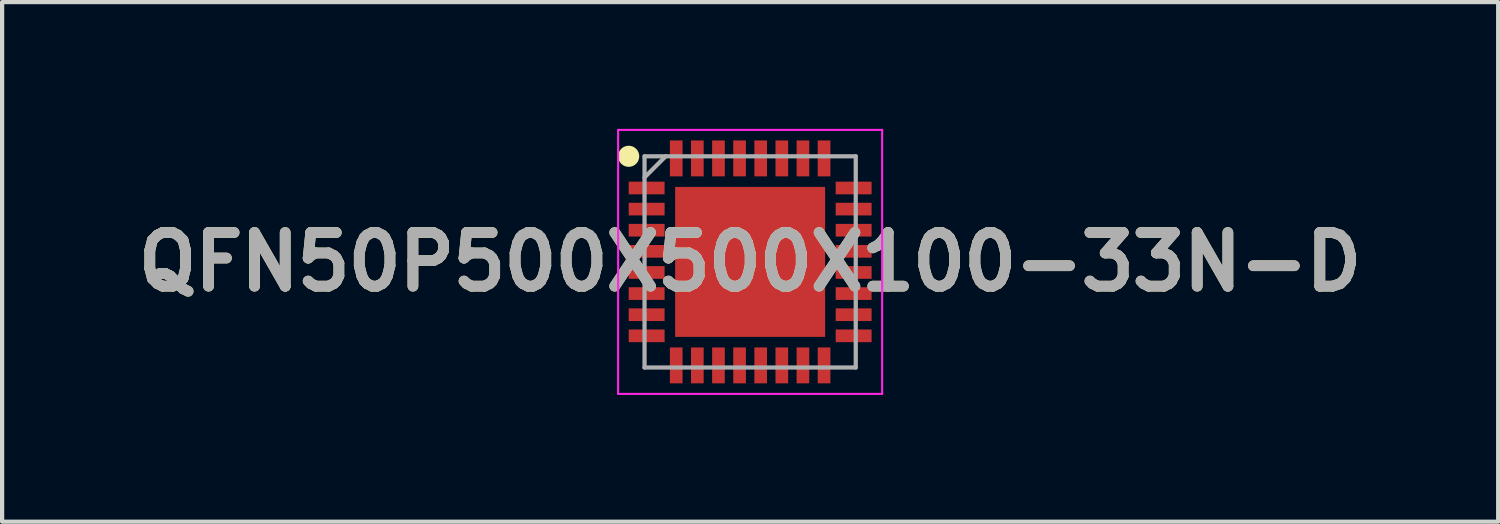
<source format=kicad_pcb>
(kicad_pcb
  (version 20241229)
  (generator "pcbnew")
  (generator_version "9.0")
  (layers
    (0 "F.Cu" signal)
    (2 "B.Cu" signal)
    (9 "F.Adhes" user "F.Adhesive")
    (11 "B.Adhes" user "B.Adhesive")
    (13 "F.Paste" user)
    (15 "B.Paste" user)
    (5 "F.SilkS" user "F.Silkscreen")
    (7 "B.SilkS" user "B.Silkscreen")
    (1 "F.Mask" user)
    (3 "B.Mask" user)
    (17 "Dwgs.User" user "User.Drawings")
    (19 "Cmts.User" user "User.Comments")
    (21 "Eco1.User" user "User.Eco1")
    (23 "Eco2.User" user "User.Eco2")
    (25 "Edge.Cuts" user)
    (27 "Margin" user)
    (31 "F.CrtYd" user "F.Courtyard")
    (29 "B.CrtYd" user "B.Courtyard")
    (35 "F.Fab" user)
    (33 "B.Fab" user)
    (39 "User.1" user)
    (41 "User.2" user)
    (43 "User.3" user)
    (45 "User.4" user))
  (footprint "QFN50P500X500X100-33N-D"
    (layer "F.Cu")
    (at 14.708 3.15)
    (property "Reference" "QFN50P500X500X100-33N-D" (at 0 0 0) (layer "F.SilkS") (effects (font (size 1.27 1.27) (thickness 0.254))))
    (attr smd)
    (fp_circle (center -2.875 -2.5) (end -2.875 -2.375) (stroke (width 0.25) (type solid)) (fill no) (layer "F.SilkS"))
    (fp_line (start -3.125 -3.125) (end 3.125 -3.125) (stroke (width 0.05) (type solid)) (layer "F.CrtYd"))
    (fp_line (start -3.125 3.125) (end -3.125 -3.125) (stroke (width 0.05) (type solid)) (layer "F.CrtYd"))
    (fp_line (start 3.125 -3.125) (end 3.125 3.125) (stroke (width 0.05) (type solid)) (layer "F.CrtYd"))
    (fp_line (start 3.125 3.125) (end -3.125 3.125) (stroke (width 0.05) (type solid)) (layer "F.CrtYd"))
    (fp_line (start -2.5 -2.5) (end 2.5 -2.5) (stroke (width 0.1) (type solid)) (layer "F.Fab"))
    (fp_line (start -2.5 -2) (end -2 -2.5) (stroke (width 0.1) (type solid)) (layer "F.Fab"))
    (fp_line (start -2.5 2.5) (end -2.5 -2.5) (stroke (width 0.1) (type solid)) (layer "F.Fab"))
    (fp_line (start 2.5 -2.5) (end 2.5 2.5) (stroke (width 0.1) (type solid)) (layer "F.Fab"))
    (fp_line (start 2.5 2.5) (end -2.5 2.5) (stroke (width 0.1) (type solid)) (layer "F.Fab"))
    (fp_text user "${REFERENCE}" (at 0 0 0) (layer "F.Fab") (effects (font (size 1.27 1.27) (thickness 0.254))))
    (pad "1" smd rect (at -2.45 -1.75 90) (size 0.3 0.85) (layers "F.Cu" "F.Mask" "F.Paste"))
    (pad "2" smd rect (at -2.45 -1.25 90) (size 0.3 0.85) (layers "F.Cu" "F.Mask" "F.Paste"))
    (pad "3" smd rect (at -2.45 -0.75 90) (size 0.3 0.85) (layers "F.Cu" "F.Mask" "F.Paste"))
    (pad "4" smd rect (at -2.45 -0.25 90) (size 0.3 0.85) (layers "F.Cu" "F.Mask" "F.Paste"))
    (pad "5" smd rect (at -2.45 0.25 90) (size 0.3 0.85) (layers "F.Cu" "F.Mask" "F.Paste"))
    (pad "6" smd rect (at -2.45 0.75 90) (size 0.3 0.85) (layers "F.Cu" "F.Mask" "F.Paste"))
    (pad "7" smd rect (at -2.45 1.25 90) (size 0.3 0.85) (layers "F.Cu" "F.Mask" "F.Paste"))
    (pad "8" smd rect (at -2.45 1.75 90) (size 0.3 0.85) (layers "F.Cu" "F.Mask" "F.Paste"))
    (pad "9" smd rect (at -1.75 2.45) (size 0.3 0.85) (layers "F.Cu" "F.Mask" "F.Paste"))
    (pad "10" smd rect (at -1.25 2.45) (size 0.3 0.85) (layers "F.Cu" "F.Mask" "F.Paste"))
    (pad "11" smd rect (at -0.75 2.45) (size 0.3 0.85) (layers "F.Cu" "F.Mask" "F.Paste"))
    (pad "12" smd rect (at -0.25 2.45) (size 0.3 0.85) (layers "F.Cu" "F.Mask" "F.Paste"))
    (pad "13" smd rect (at 0.25 2.45) (size 0.3 0.85) (layers "F.Cu" "F.Mask" "F.Paste"))
    (pad "14" smd rect (at 0.75 2.45) (size 0.3 0.85) (layers "F.Cu" "F.Mask" "F.Paste"))
    (pad "15" smd rect (at 1.25 2.45) (size 0.3 0.85) (layers "F.Cu" "F.Mask" "F.Paste"))
    (pad "16" smd rect (at 1.75 2.45) (size 0.3 0.85) (layers "F.Cu" "F.Mask" "F.Paste"))
    (pad "17" smd rect (at 2.45 1.75 90) (size 0.3 0.85) (layers "F.Cu" "F.Mask" "F.Paste"))
    (pad "18" smd rect (at 2.45 1.25 90) (size 0.3 0.85) (layers "F.Cu" "F.Mask" "F.Paste"))
    (pad "19" smd rect (at 2.45 0.75 90) (size 0.3 0.85) (layers "F.Cu" "F.Mask" "F.Paste"))
    (pad "20" smd rect (at 2.45 0.25 90) (size 0.3 0.85) (layers "F.Cu" "F.Mask" "F.Paste"))
    (pad "21" smd rect (at 2.45 -0.25 90) (size 0.3 0.85) (layers "F.Cu" "F.Mask" "F.Paste"))
    (pad "22" smd rect (at 2.45 -0.75 90) (size 0.3 0.85) (layers "F.Cu" "F.Mask" "F.Paste"))
    (pad "23" smd rect (at 2.45 -1.25 90) (size 0.3 0.85) (layers "F.Cu" "F.Mask" "F.Paste"))
    (pad "24" smd rect (at 2.45 -1.75 90) (size 0.3 0.85) (layers "F.Cu" "F.Mask" "F.Paste"))
    (pad "25" smd rect (at 1.75 -2.45) (size 0.3 0.85) (layers "F.Cu" "F.Mask" "F.Paste"))
    (pad "26" smd rect (at 1.25 -2.45) (size 0.3 0.85) (layers "F.Cu" "F.Mask" "F.Paste"))
    (pad "27" smd rect (at 0.75 -2.45) (size 0.3 0.85) (layers "F.Cu" "F.Mask" "F.Paste"))
    (pad "28" smd rect (at 0.25 -2.45) (size 0.3 0.85) (layers "F.Cu" "F.Mask" "F.Paste"))
    (pad "29" smd rect (at -0.25 -2.45) (size 0.3 0.85) (layers "F.Cu" "F.Mask" "F.Paste"))
    (pad "30" smd rect (at -0.75 -2.45) (size 0.3 0.85) (layers "F.Cu" "F.Mask" "F.Paste"))
    (pad "31" smd rect (at -1.25 -2.45) (size 0.3 0.85) (layers "F.Cu" "F.Mask" "F.Paste"))
    (pad "32" smd rect (at -1.75 -2.45) (size 0.3 0.85) (layers "F.Cu" "F.Mask" "F.Paste"))
    (pad "33" smd rect (at 0 0) (size 3.55 3.55) (layers "F.Cu" "F.Mask" "F.Paste")))
  (gr_rect
    (start -3 -3)
    (end 32.416 9.3)
    (stroke (width 0.1) (type default))
    (fill no)
    (layer "Edge.Cuts")))
</source>
